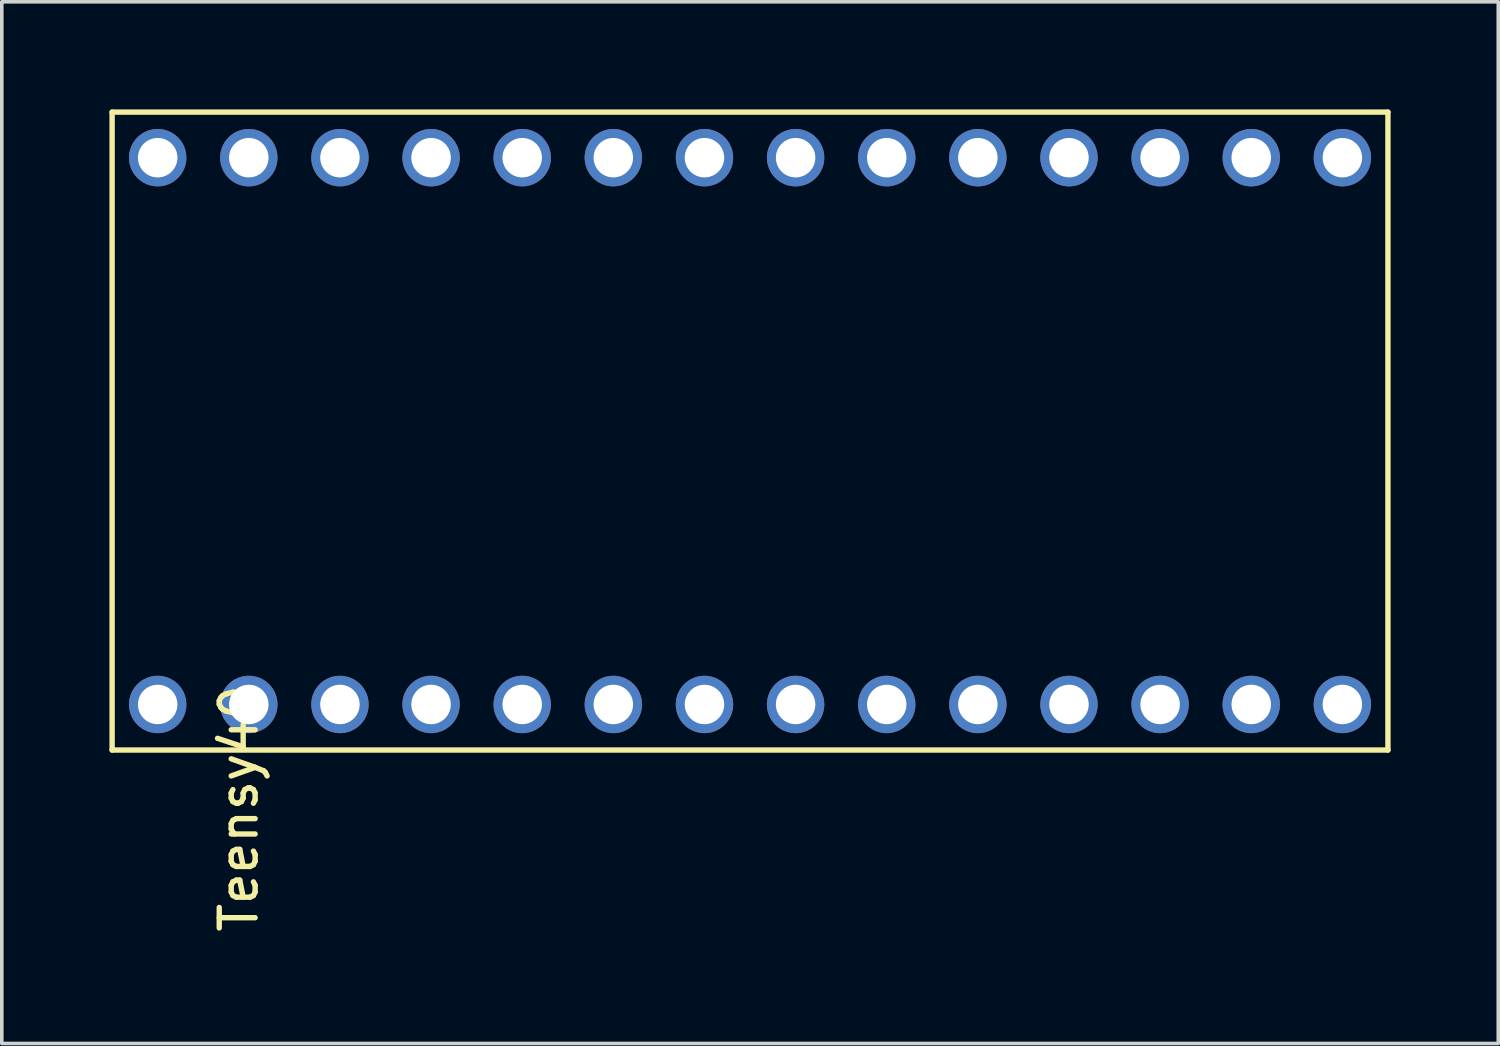
<source format=kicad_pcb>
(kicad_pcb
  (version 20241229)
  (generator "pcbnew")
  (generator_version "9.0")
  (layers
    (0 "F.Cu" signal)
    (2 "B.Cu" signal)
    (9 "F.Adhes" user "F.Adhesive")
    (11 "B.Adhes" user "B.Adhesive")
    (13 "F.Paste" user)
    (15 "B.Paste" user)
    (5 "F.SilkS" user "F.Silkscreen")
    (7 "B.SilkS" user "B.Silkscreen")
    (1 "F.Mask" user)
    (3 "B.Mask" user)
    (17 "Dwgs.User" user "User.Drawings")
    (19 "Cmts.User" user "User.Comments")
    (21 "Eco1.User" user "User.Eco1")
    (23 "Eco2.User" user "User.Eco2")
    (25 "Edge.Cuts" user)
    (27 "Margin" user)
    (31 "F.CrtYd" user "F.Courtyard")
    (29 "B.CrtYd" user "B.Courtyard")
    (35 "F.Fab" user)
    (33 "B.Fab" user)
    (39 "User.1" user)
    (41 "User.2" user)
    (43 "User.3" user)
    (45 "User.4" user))
  (footprint "Teensy40"
    (layer "F.Cu")
    (at 17.855 8.965)
    (property "Reference" "Teensy40" (at -14.249 10.516 90) (layer "F.SilkS") (effects (font (size 1 1) (thickness 0.15))))
    (attr through_hole exclude_from_bom)
    (fp_line (start -17.78 -8.89) (end 17.78 -8.89) (stroke (width 0.15) (type solid)) (layer "F.SilkS"))
    (fp_line (start -17.78 8.89) (end -17.78 -8.89) (stroke (width 0.15) (type solid)) (layer "F.SilkS"))
    (fp_line (start 17.78 -8.89) (end 17.78 8.89) (stroke (width 0.15) (type solid)) (layer "F.SilkS"))
    (fp_line (start 17.78 8.89) (end -17.78 8.89) (stroke (width 0.15) (type solid)) (layer "F.SilkS"))
    (pad "1" thru_hole circle (at -16.51 7.62) (size 1.6 1.6) (drill 1.1) (layers "*.Cu" "*.Mask"))
    (pad "2" thru_hole circle (at -13.97 7.62) (size 1.6 1.6) (drill 1.1) (layers "*.Cu" "*.Mask"))
    (pad "3" thru_hole circle (at -11.43 7.62) (size 1.6 1.6) (drill 1.1) (layers "*.Cu" "*.Mask"))
    (pad "4" thru_hole circle (at -8.89 7.62) (size 1.6 1.6) (drill 1.1) (layers "*.Cu" "*.Mask"))
    (pad "5" thru_hole circle (at -6.35 7.62) (size 1.6 1.6) (drill 1.1) (layers "*.Cu" "*.Mask"))
    (pad "6" thru_hole circle (at -3.81 7.62) (size 1.6 1.6) (drill 1.1) (layers "*.Cu" "*.Mask"))
    (pad "7" thru_hole circle (at -1.27 7.62) (size 1.6 1.6) (drill 1.1) (layers "*.Cu" "*.Mask"))
    (pad "8" thru_hole circle (at 1.27 7.62) (size 1.6 1.6) (drill 1.1) (layers "*.Cu" "*.Mask"))
    (pad "9" thru_hole circle (at 3.81 7.62) (size 1.6 1.6) (drill 1.1) (layers "*.Cu" "*.Mask"))
    (pad "10" thru_hole circle (at 6.35 7.62) (size 1.6 1.6) (drill 1.1) (layers "*.Cu" "*.Mask"))
    (pad "11" thru_hole circle (at 8.89 7.62) (size 1.6 1.6) (drill 1.1) (layers "*.Cu" "*.Mask"))
    (pad "12" thru_hole circle (at 11.43 7.62) (size 1.6 1.6) (drill 1.1) (layers "*.Cu" "*.Mask"))
    (pad "13" thru_hole circle (at 13.97 7.62) (size 1.6 1.6) (drill 1.1) (layers "*.Cu" "*.Mask"))
    (pad "14" thru_hole circle (at 16.51 7.62) (size 1.6 1.6) (drill 1.1) (layers "*.Cu" "*.Mask"))
    (pad "20" thru_hole circle (at 16.51 -7.62) (size 1.6 1.6) (drill 1.1) (layers "*.Cu" "*.Mask"))
    (pad "21" thru_hole circle (at 13.97 -7.62) (size 1.6 1.6) (drill 1.1) (layers "*.Cu" "*.Mask"))
    (pad "22" thru_hole circle (at 11.43 -7.62) (size 1.6 1.6) (drill 1.1) (layers "*.Cu" "*.Mask"))
    (pad "23" thru_hole circle (at 8.89 -7.62) (size 1.6 1.6) (drill 1.1) (layers "*.Cu" "*.Mask"))
    (pad "24" thru_hole circle (at 6.35 -7.62) (size 1.6 1.6) (drill 1.1) (layers "*.Cu" "*.Mask"))
    (pad "25" thru_hole circle (at 3.81 -7.62) (size 1.6 1.6) (drill 1.1) (layers "*.Cu" "*.Mask"))
    (pad "26" thru_hole circle (at 1.27 -7.62) (size 1.6 1.6) (drill 1.1) (layers "*.Cu" "*.Mask"))
    (pad "27" thru_hole circle (at -1.27 -7.62) (size 1.6 1.6) (drill 1.1) (layers "*.Cu" "*.Mask"))
    (pad "28" thru_hole circle (at -3.81 -7.62) (size 1.6 1.6) (drill 1.1) (layers "*.Cu" "*.Mask"))
    (pad "29" thru_hole circle (at -6.35 -7.62) (size 1.6 1.6) (drill 1.1) (layers "*.Cu" "*.Mask"))
    (pad "30" thru_hole circle (at -8.89 -7.62) (size 1.6 1.6) (drill 1.1) (layers "*.Cu" "*.Mask"))
    (pad "31" thru_hole circle (at -11.43 -7.62) (size 1.6 1.6) (drill 1.1) (layers "*.Cu" "*.Mask"))
    (pad "32" thru_hole circle (at -13.97 -7.62) (size 1.6 1.6) (drill 1.1) (layers "*.Cu" "*.Mask"))
    (pad "33" thru_hole circle (at -16.51 -7.62) (size 1.6 1.6) (drill 1.1) (layers "*.Cu" "*.Mask")))
  (gr_rect
    (start -3 -3)
    (end 38.71 26.034)
    (stroke (width 0.1) (type default))
    (fill no)
    (layer "Edge.Cuts")))
</source>
